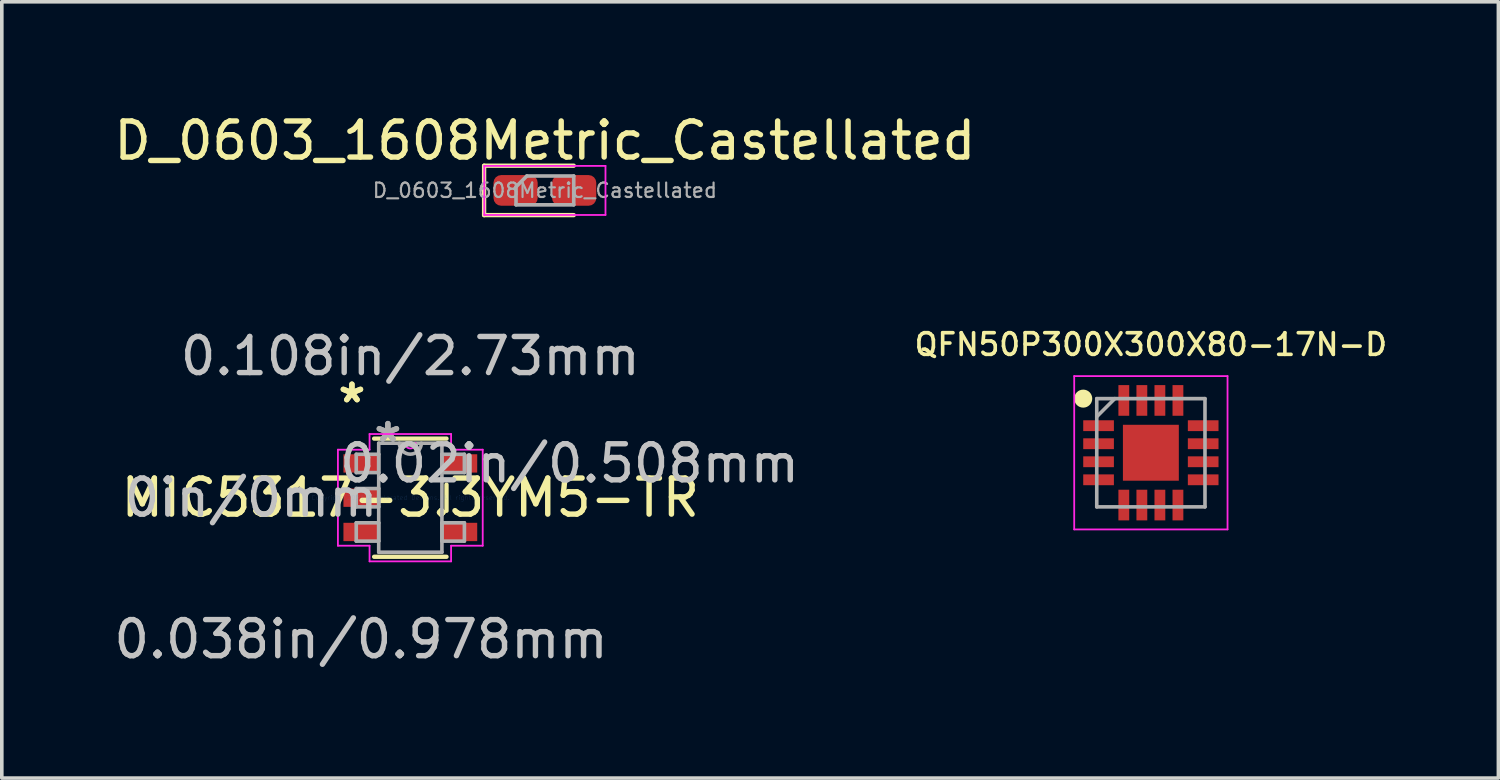
<source format=kicad_pcb>
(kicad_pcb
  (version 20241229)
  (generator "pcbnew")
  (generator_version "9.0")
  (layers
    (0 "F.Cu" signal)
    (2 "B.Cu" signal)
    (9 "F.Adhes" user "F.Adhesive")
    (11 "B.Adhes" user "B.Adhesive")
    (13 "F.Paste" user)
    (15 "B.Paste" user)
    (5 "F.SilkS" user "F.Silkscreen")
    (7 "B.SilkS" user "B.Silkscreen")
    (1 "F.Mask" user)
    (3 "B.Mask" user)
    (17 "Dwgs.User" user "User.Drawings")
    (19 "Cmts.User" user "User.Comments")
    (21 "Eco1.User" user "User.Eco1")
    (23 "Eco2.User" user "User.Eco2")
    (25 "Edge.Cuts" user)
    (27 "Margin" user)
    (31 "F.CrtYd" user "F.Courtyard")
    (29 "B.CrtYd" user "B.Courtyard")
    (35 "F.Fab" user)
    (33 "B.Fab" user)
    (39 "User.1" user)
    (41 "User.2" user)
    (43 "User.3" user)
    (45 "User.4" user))
  (footprint "QFN50P300X300X80-17N-D"
    (layer "F.Cu")
    (at 28.852 9.5)
    (property "Reference" "QFN50P300X300X80-17N-D" (at 0 -3 0) (layer "F.SilkS") (effects (font (size 0.6 0.6) (thickness 0.1))))
    (attr smd)
    (fp_circle (center -1.875 -1.5) (end -1.875 -1.375) (stroke (width 0.25) (type solid)) (fill no) (layer "F.SilkS"))
    (fp_line (start -2.125 -2.125) (end 2.125 -2.125) (stroke (width 0.05) (type solid)) (layer "F.CrtYd"))
    (fp_line (start -2.125 2.125) (end -2.125 -2.125) (stroke (width 0.05) (type solid)) (layer "F.CrtYd"))
    (fp_line (start 2.125 -2.125) (end 2.125 2.125) (stroke (width 0.05) (type solid)) (layer "F.CrtYd"))
    (fp_line (start 2.125 2.125) (end -2.125 2.125) (stroke (width 0.05) (type solid)) (layer "F.CrtYd"))
    (fp_line (start -1.5 -1.5) (end 1.5 -1.5) (stroke (width 0.1) (type solid)) (layer "F.Fab"))
    (fp_line (start -1.5 -1) (end -1 -1.5) (stroke (width 0.1) (type solid)) (layer "F.Fab"))
    (fp_line (start -1.5 1.5) (end -1.5 -1.5) (stroke (width 0.1) (type solid)) (layer "F.Fab"))
    (fp_line (start 1.5 -1.5) (end 1.5 1.5) (stroke (width 0.1) (type solid)) (layer "F.Fab"))
    (fp_line (start 1.5 1.5) (end -1.5 1.5) (stroke (width 0.1) (type solid)) (layer "F.Fab"))
    (pad "1" smd rect (at -1.45 -0.75 90) (size 0.3 0.85) (layers "F.Cu" "F.Mask" "F.Paste"))
    (pad "2" smd rect (at -1.45 -0.25 90) (size 0.3 0.85) (layers "F.Cu" "F.Mask" "F.Paste"))
    (pad "3" smd rect (at -1.45 0.25 90) (size 0.3 0.85) (layers "F.Cu" "F.Mask" "F.Paste"))
    (pad "4" smd rect (at -1.45 0.75 90) (size 0.3 0.85) (layers "F.Cu" "F.Mask" "F.Paste"))
    (pad "5" smd rect (at -0.75 1.45) (size 0.3 0.85) (layers "F.Cu" "F.Mask" "F.Paste"))
    (pad "6" smd rect (at -0.25 1.45) (size 0.3 0.85) (layers "F.Cu" "F.Mask" "F.Paste"))
    (pad "7" smd rect (at 0.25 1.45) (size 0.3 0.85) (layers "F.Cu" "F.Mask" "F.Paste"))
    (pad "8" smd rect (at 0.75 1.45) (size 0.3 0.85) (layers "F.Cu" "F.Mask" "F.Paste"))
    (pad "9" smd rect (at 1.45 0.75 90) (size 0.3 0.85) (layers "F.Cu" "F.Mask" "F.Paste"))
    (pad "10" smd rect (at 1.45 0.25 90) (size 0.3 0.85) (layers "F.Cu" "F.Mask" "F.Paste"))
    (pad "11" smd rect (at 1.45 -0.25 90) (size 0.3 0.85) (layers "F.Cu" "F.Mask" "F.Paste"))
    (pad "12" smd rect (at 1.45 -0.75 90) (size 0.3 0.85) (layers "F.Cu" "F.Mask" "F.Paste"))
    (pad "13" smd rect (at 0.75 -1.45) (size 0.3 0.85) (layers "F.Cu" "F.Mask" "F.Paste"))
    (pad "14" smd rect (at 0.25 -1.45) (size 0.3 0.85) (layers "F.Cu" "F.Mask" "F.Paste"))
    (pad "15" smd rect (at -0.25 -1.45) (size 0.3 0.85) (layers "F.Cu" "F.Mask" "F.Paste"))
    (pad "16" smd rect (at -0.75 -1.45) (size 0.3 0.85) (layers "F.Cu" "F.Mask" "F.Paste"))
    (pad "17" smd rect (at 0 0) (size 1.55 1.55) (layers "F.Cu" "F.Mask" "F.Paste")))
  (footprint "D_0603_1608Metric_Castellated"
    (layer "F.Cu")
    (at 12.054 2.228)
    (property "Reference" "D_0603_1608Metric_Castellated" (at 0 -1.38 0) (layer "F.SilkS") (effects (font (size 1 1) (thickness 0.15))))
    (attr smd)
    (fp_line (start -1.685 -0.685) (end -1.685 0.685) (stroke (width 0.12) (type solid)) (layer "F.SilkS"))
    (fp_line (start -1.685 0.685) (end 0.8 0.685) (stroke (width 0.12) (type solid)) (layer "F.SilkS"))
    (fp_line (start 0.8 -0.685) (end -1.685 -0.685) (stroke (width 0.12) (type solid)) (layer "F.SilkS"))
    (fp_line (start -1.68 -0.68) (end 1.68 -0.68) (stroke (width 0.05) (type solid)) (layer "F.CrtYd"))
    (fp_line (start -1.68 0.68) (end -1.68 -0.68) (stroke (width 0.05) (type solid)) (layer "F.CrtYd"))
    (fp_line (start 1.68 -0.68) (end 1.68 0.68) (stroke (width 0.05) (type solid)) (layer "F.CrtYd"))
    (fp_line (start 1.68 0.68) (end -1.68 0.68) (stroke (width 0.05) (type solid)) (layer "F.CrtYd"))
    (fp_line (start -0.8 -0.1) (end -0.8 0.4) (stroke (width 0.1) (type solid)) (layer "F.Fab"))
    (fp_line (start -0.8 0.4) (end 0.8 0.4) (stroke (width 0.1) (type solid)) (layer "F.Fab"))
    (fp_line (start -0.5 -0.4) (end -0.8 -0.1) (stroke (width 0.1) (type solid)) (layer "F.Fab"))
    (fp_line (start 0.8 -0.4) (end -0.5 -0.4) (stroke (width 0.1) (type solid)) (layer "F.Fab"))
    (fp_line (start 0.8 0.4) (end 0.8 -0.4) (stroke (width 0.1) (type solid)) (layer "F.Fab"))
    (fp_text user "${REFERENCE}" (at 0 0 0) (layer "F.Fab") (effects (font (size 0.4 0.4) (thickness 0.06))))
    (pad "1" smd roundrect (at -0.812 0) (size 1.225 0.85) (layers "F.Cu" "F.Mask" "F.Paste") (roundrect_rratio 0.25))
    (pad "2" smd roundrect (at 0.812 0) (size 1.225 0.85) (layers "F.Cu" "F.Mask" "F.Paste") (roundrect_rratio 0.25)))
  (footprint "MIC5317-3.3YM5-TR"
    (layer "F.Cu")
    (at 8.324 10.746)
    (property "Reference" "MIC5317-3.3YM5-TR" (at 0 0 0) (layer "F.SilkS") (effects (font (size 1 1) (thickness 0.15))))
    (attr through_hole)
    (fp_line (start -1.003 1.638) (end 1.003 1.638) (stroke (width 0.12) (type solid)) (layer "F.SilkS"))
    (fp_line (start 1.003 -1.638) (end -1.003 -1.638) (stroke (width 0.12) (type solid)) (layer "F.SilkS"))
    (fp_line (start 1.003 0.363) (end 1.003 -0.363) (stroke (width 0.12) (type solid)) (layer "F.SilkS"))
    (fp_line (start -2.007 -1.331) (end -1.13 -1.331) (stroke (width 0.05) (type solid)) (layer "F.CrtYd"))
    (fp_line (start -2.007 1.331) (end -2.007 -1.331) (stroke (width 0.05) (type solid)) (layer "F.CrtYd"))
    (fp_line (start -1.13 -1.765) (end 1.13 -1.765) (stroke (width 0.05) (type solid)) (layer "F.CrtYd"))
    (fp_line (start -1.13 -1.331) (end -1.13 -1.765) (stroke (width 0.05) (type solid)) (layer "F.CrtYd"))
    (fp_line (start -1.13 1.331) (end -2.007 1.331) (stroke (width 0.05) (type solid)) (layer "F.CrtYd"))
    (fp_line (start -1.13 1.765) (end -1.13 1.331) (stroke (width 0.05) (type solid)) (layer "F.CrtYd"))
    (fp_line (start 1.13 -1.765) (end 1.13 -1.331) (stroke (width 0.05) (type solid)) (layer "F.CrtYd"))
    (fp_line (start 1.13 -1.331) (end 2.007 -1.331) (stroke (width 0.05) (type solid)) (layer "F.CrtYd"))
    (fp_line (start 1.13 1.331) (end 1.13 1.765) (stroke (width 0.05) (type solid)) (layer "F.CrtYd"))
    (fp_line (start 1.13 1.765) (end -1.13 1.765) (stroke (width 0.05) (type solid)) (layer "F.CrtYd"))
    (fp_line (start 2.007 -1.331) (end 2.007 1.331) (stroke (width 0.05) (type solid)) (layer "F.CrtYd"))
    (fp_line (start 2.007 1.331) (end 1.13 1.331) (stroke (width 0.05) (type solid)) (layer "F.CrtYd"))
    (fp_arc (start 0.14605 -1.5113) (mid 0 -1.36525) (end -0.14605 -1.5113) (stroke (width 0.05) (type solid)) (layer "F.CrtYd"))
    (fp_line (start -1.499 -1.204) (end -1.499 -0.696) (stroke (width 0.1) (type solid)) (layer "F.Fab"))
    (fp_line (start -1.499 -0.696) (end -0.876 -0.696) (stroke (width 0.1) (type solid)) (layer "F.Fab"))
    (fp_line (start -1.499 -0.254) (end -1.499 0.254) (stroke (width 0.1) (type solid)) (layer "F.Fab"))
    (fp_line (start -1.499 0.254) (end -0.876 0.254) (stroke (width 0.1) (type solid)) (layer "F.Fab"))
    (fp_line (start -1.499 0.696) (end -1.499 1.204) (stroke (width 0.1) (type solid)) (layer "F.Fab"))
    (fp_line (start -1.499 1.204) (end -0.876 1.204) (stroke (width 0.1) (type solid)) (layer "F.Fab"))
    (fp_line (start -0.876 -1.511) (end -0.876 1.511) (stroke (width 0.1) (type solid)) (layer "F.Fab"))
    (fp_line (start -0.876 -1.204) (end -1.499 -1.204) (stroke (width 0.1) (type solid)) (layer "F.Fab"))
    (fp_line (start -0.876 -0.696) (end -0.876 -1.204) (stroke (width 0.1) (type solid)) (layer "F.Fab"))
    (fp_line (start -0.876 -0.254) (end -1.499 -0.254) (stroke (width 0.1) (type solid)) (layer "F.Fab"))
    (fp_line (start -0.876 0.254) (end -0.876 -0.254) (stroke (width 0.1) (type solid)) (layer "F.Fab"))
    (fp_line (start -0.876 0.696) (end -1.499 0.696) (stroke (width 0.1) (type solid)) (layer "F.Fab"))
    (fp_line (start -0.876 1.204) (end -0.876 0.696) (stroke (width 0.1) (type solid)) (layer "F.Fab"))
    (fp_line (start -0.876 1.511) (end 0.876 1.511) (stroke (width 0.1) (type solid)) (layer "F.Fab"))
    (fp_line (start 0.876 -1.511) (end -0.876 -1.511) (stroke (width 0.1) (type solid)) (layer "F.Fab"))
    (fp_line (start 0.876 -1.204) (end 0.876 -0.696) (stroke (width 0.1) (type solid)) (layer "F.Fab"))
    (fp_line (start 0.876 -0.696) (end 1.499 -0.696) (stroke (width 0.1) (type solid)) (layer "F.Fab"))
    (fp_line (start 0.876 0.696) (end 0.876 1.204) (stroke (width 0.1) (type solid)) (layer "F.Fab"))
    (fp_line (start 0.876 1.204) (end 1.499 1.204) (stroke (width 0.1) (type solid)) (layer "F.Fab"))
    (fp_line (start 0.876 1.511) (end 0.876 -1.511) (stroke (width 0.1) (type solid)) (layer "F.Fab"))
    (fp_line (start 1.499 -1.204) (end 0.876 -1.204) (stroke (width 0.1) (type solid)) (layer "F.Fab"))
    (fp_line (start 1.499 -0.696) (end 1.499 -1.204) (stroke (width 0.1) (type solid)) (layer "F.Fab"))
    (fp_line (start 1.499 0.696) (end 0.876 0.696) (stroke (width 0.1) (type solid)) (layer "F.Fab"))
    (fp_line (start 1.499 1.204) (end 1.499 0.696) (stroke (width 0.1) (type solid)) (layer "F.Fab"))
    (fp_arc (start 0.3048 -1.5113) (mid 0 -1.2065) (end -0.3048 -1.5113) (stroke (width 0.1) (type solid)) (layer "F.Fab"))
    (fp_text user "*" (at -1.619 -2.601 0) (layer "F.SilkS") (effects (font (size 1 1) (thickness 0.15))))
    (fp_text user "*" (at -1.619 -2.601 0) (layer "F.SilkS") (effects (font (size 1 1) (thickness 0.15))))
    (fp_text user "0in/0mm" (at -4.413 0 0) (layer "Dwgs.User") (effects (font (size 1 1) (thickness 0.15))))
    (fp_text user "0.038in/0.978mm" (at -1.365 3.924 0) (layer "Dwgs.User") (effects (font (size 1 1) (thickness 0.15))))
    (fp_text user "0.02in/0.508mm" (at 4.413 -0.95 0) (layer "Dwgs.User") (effects (font (size 1 1) (thickness 0.15))))
    (fp_text user "0.108in/2.73mm" (at 0 -3.924 0) (layer "Dwgs.User") (effects (font (size 1 1) (thickness 0.15))))
    (fp_text user "Copyright 2021 Accelerated Designs. All rights reserved." (at 0 0 0) (layer "Cmts.User") (effects (font (size 0.127 0.127) (thickness 0.002))))
    (fp_text user "*" (at -0.622 -1.509 0) (layer "F.Fab") (effects (font (size 1 1) (thickness 0.15))))
    (fp_text user "*" (at -0.622 -1.509 0) (layer "F.Fab") (effects (font (size 1 1) (thickness 0.15))))
    (pad "1" smd rect (at -1.365 -0.95) (size 0.978 0.508) (layers "F.Cu" "F.Mask" "F.Paste"))
    (pad "2" smd rect (at -1.365 0) (size 0.978 0.508) (layers "F.Cu" "F.Mask" "F.Paste"))
    (pad "3" smd rect (at -1.365 0.95) (size 0.978 0.508) (layers "F.Cu" "F.Mask" "F.Paste"))
    (pad "4" smd rect (at 1.365 0.95) (size 0.978 0.508) (layers "F.Cu" "F.Mask" "F.Paste"))
    (pad "5" smd rect (at 1.365 -0.95) (size 0.978 0.508) (layers "F.Cu" "F.Mask" "F.Paste")))
  (gr_rect
    (start -3 -3)
    (end 38.485 18.518)
    (stroke (width 0.1) (type default))
    (fill no)
    (layer "Edge.Cuts")))
</source>
